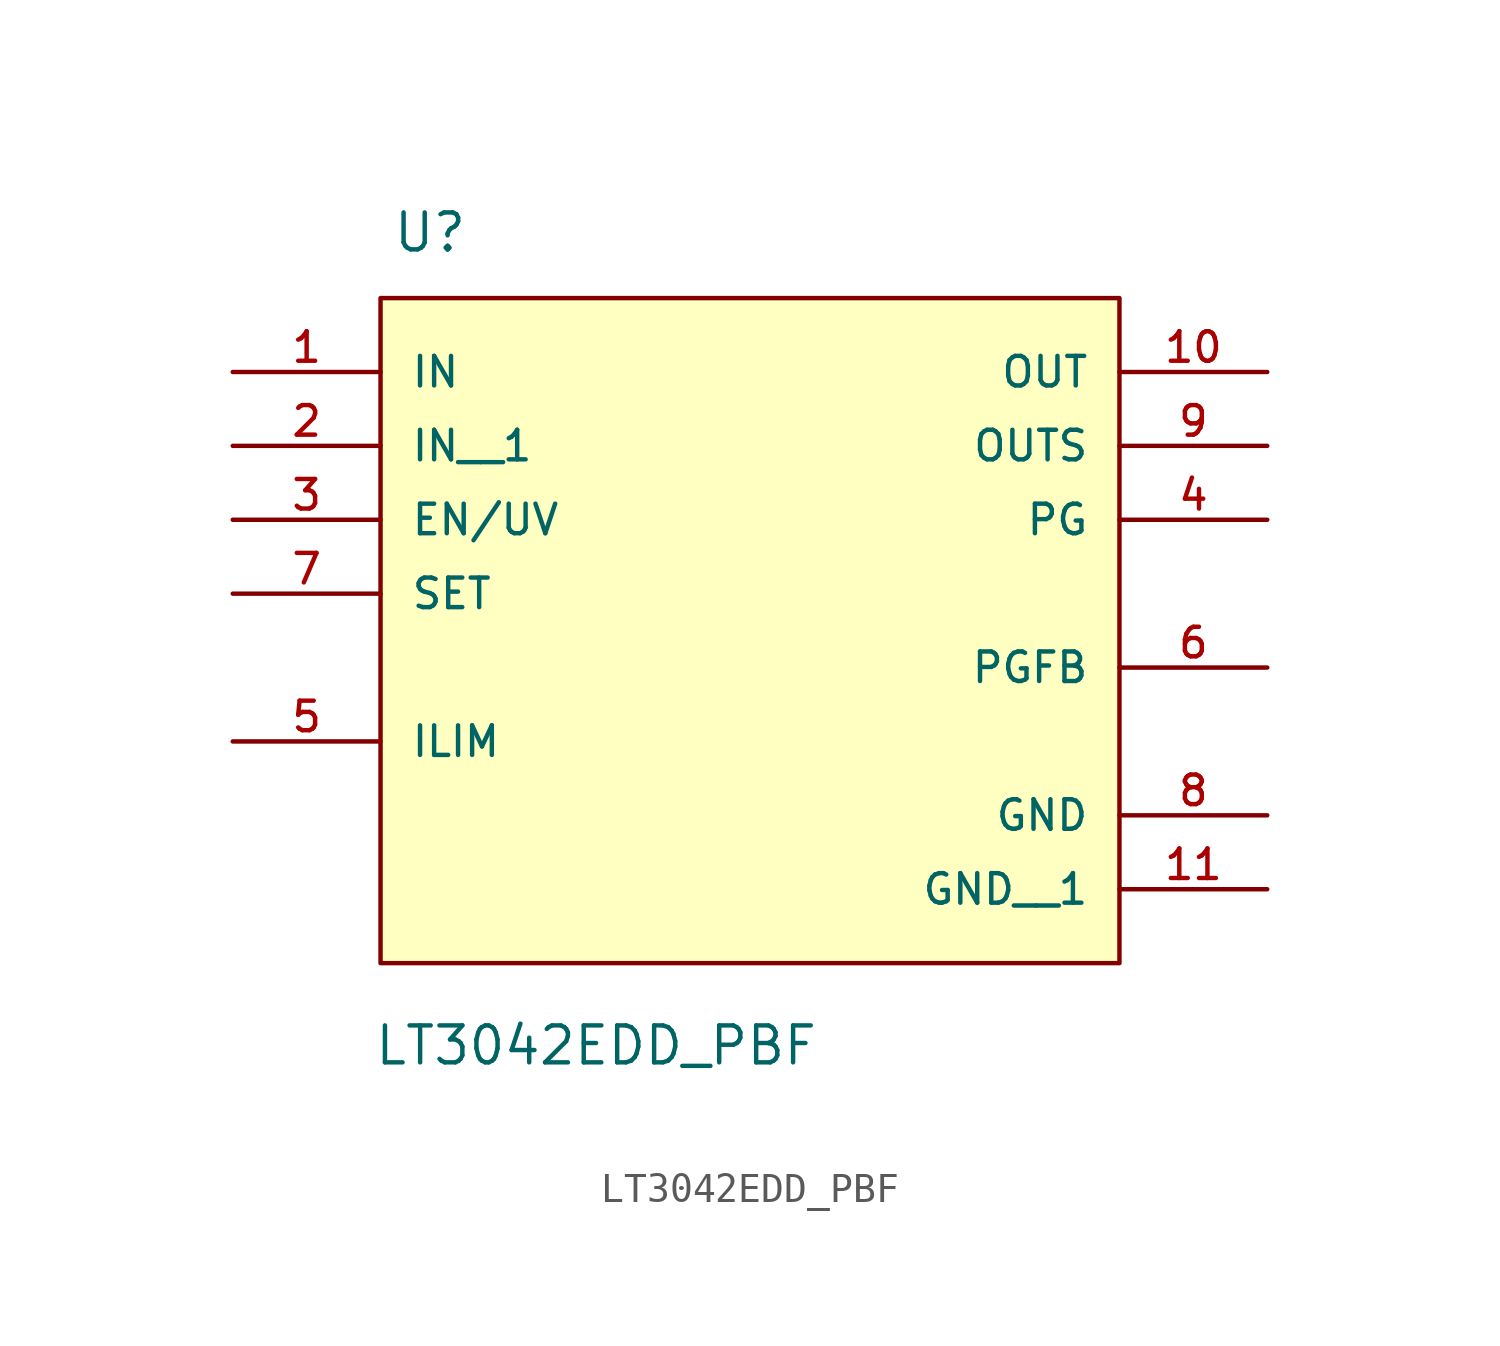
<source format=kicad_sym>
(kicad_symbol_lib
  (version 20211014)
  (generator kicad_symbol_editor)
  (symbol "LT3042EDD_PBF"
    (pin_names
      (offset 1.016))
    (property "Reference" "U"
      (at -12.31 11.671 0.0)
      (effects (font (size 1.27 1.27)) (justify bottom left)))
    (property "Value" "LT3042EDD_PBF"
      (at -12.951 -16.274 0.0)
      (effects (font (size 1.27 1.27)) (justify bottom left)))
    (symbol "LT3042EDD_PBF_0_0"
      (rectangle (start -12.7 -12.7) (end 12.7 10.16) (stroke (width 0.152)) (fill (type background)))
      (pin input line (at -17.78 7.62 0) (length 5.08) (name "IN" (effects (font (size 1.016 1.016)))) (number "1" (effects (font (size 1.016 1.016)))))
      (pin input line (at -17.78 2.54 0) (length 5.08) (name "EN/UV" (effects (font (size 1.016 1.016)))) (number "3" (effects (font (size 1.016 1.016)))))
      (pin output line (at 17.78 2.54 180.0) (length 5.08) (name "PG" (effects (font (size 1.016 1.016)))) (number "4" (effects (font (size 1.016 1.016)))))
      (pin passive line (at -17.78 -5.08 0) (length 5.08) (name "ILIM" (effects (font (size 1.016 1.016)))) (number "5" (effects (font (size 1.016 1.016)))))
      (pin input line (at 17.78 -2.54 180.0) (length 5.08) (name "PGFB" (effects (font (size 1.016 1.016)))) (number "6" (effects (font (size 1.016 1.016)))))
      (pin input line (at -17.78 0.0 0) (length 5.08) (name "SET" (effects (font (size 1.016 1.016)))) (number "7" (effects (font (size 1.016 1.016)))))
      (pin output line (at 17.78 5.08 180.0) (length 5.08) (name "OUTS" (effects (font (size 1.016 1.016)))) (number "9" (effects (font (size 1.016 1.016)))))
      (pin output line (at 17.78 7.62 180.0) (length 5.08) (name "OUT" (effects (font (size 1.016 1.016)))) (number "10" (effects (font (size 1.016 1.016)))))
      (pin power_in line (at 17.78 -7.62 180.0) (length 5.08) (name "GND" (effects (font (size 1.016 1.016)))) (number "8" (effects (font (size 1.016 1.016)))))
      (pin input line (at -17.78 5.08 0) (length 5.08) (name "IN__1" (effects (font (size 1.016 1.016)))) (number "2" (effects (font (size 1.016 1.016)))))
      (pin power_in line (at 17.78 -10.16 180.0) (length 5.08) (name "GND__1" (effects (font (size 1.016 1.016)))) (number "11" (effects (font (size 1.016 1.016))))))))
</source>
